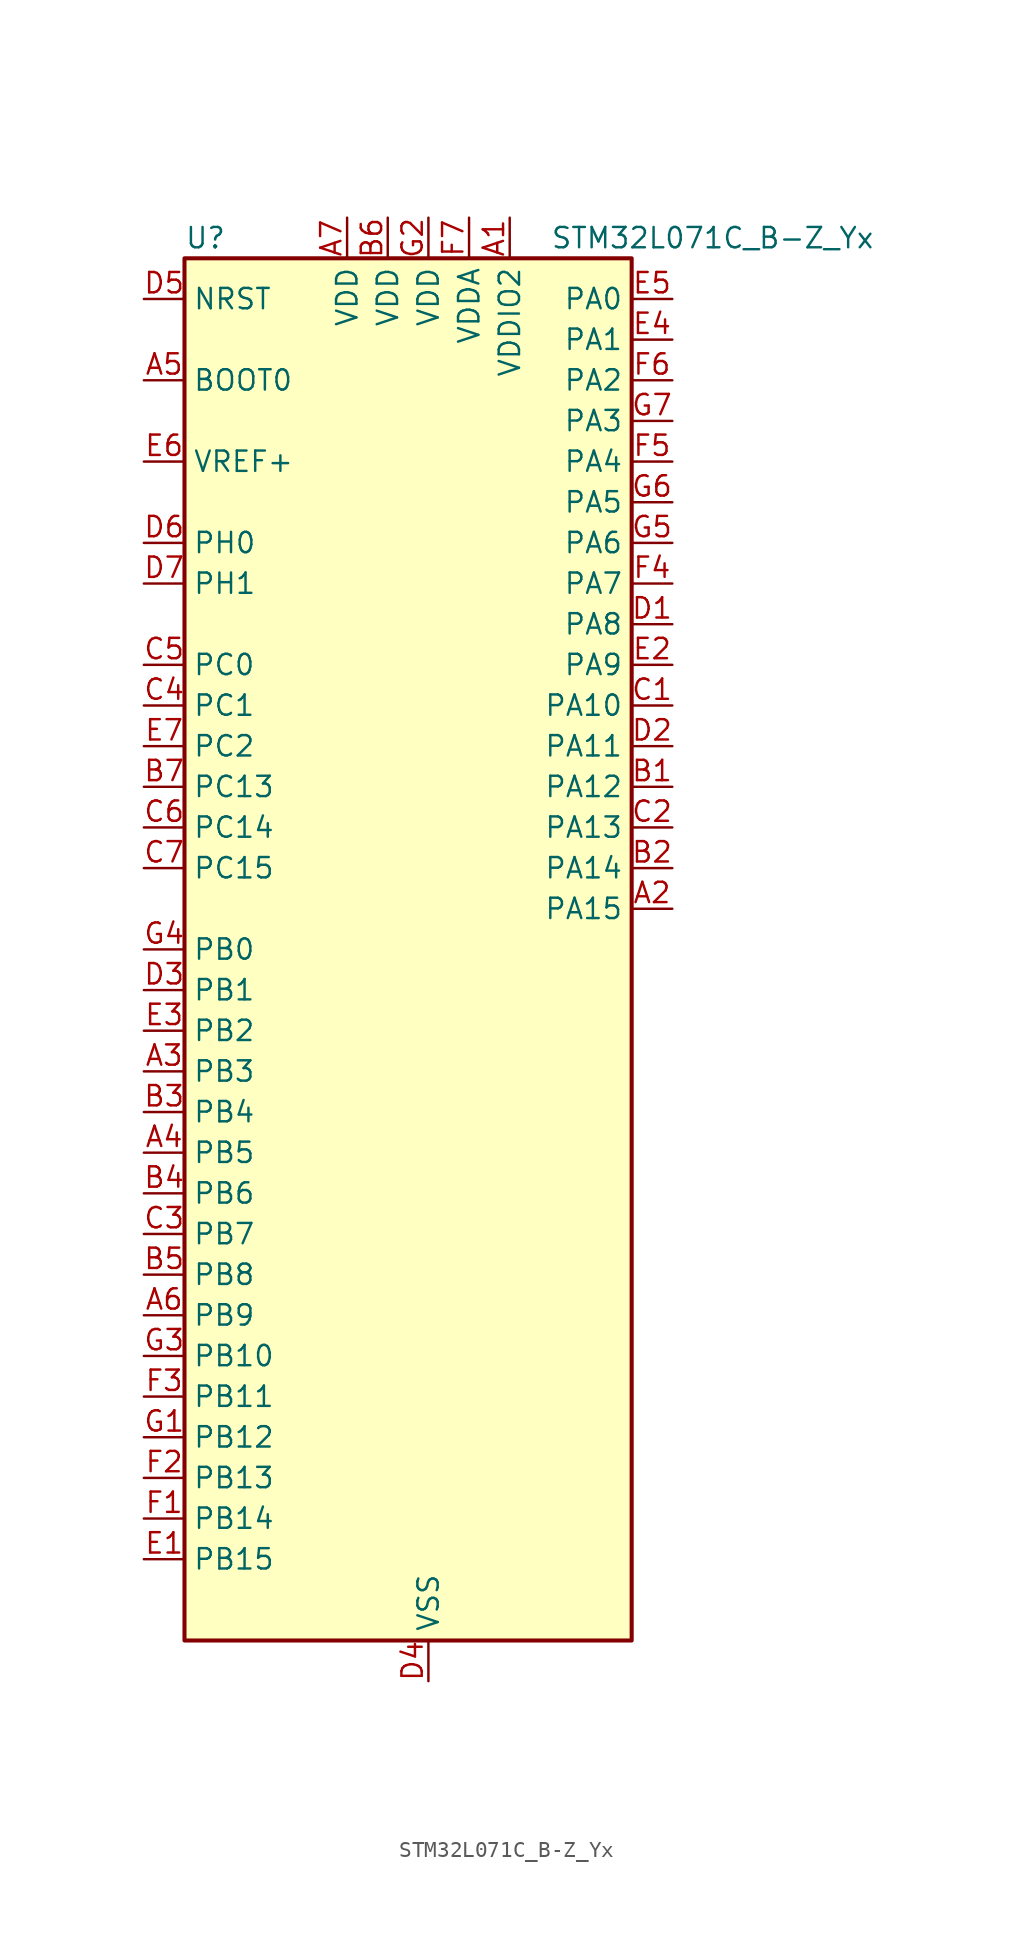
<source format=kicad_sym>
(kicad_symbol_lib
  (version 20220914)
  (generator kicad_symbol_editor)
  (symbol "STM32L071C_B-Z_Yx"
    (property "Reference" "U"
      (at -12.7 44.45 0)
      (effects (font (size 1.27 1.27)) (justify left)))
    (property "Value" "STM32L071C_B-Z_Yx"
      (at 10.16 44.45 0)
      (effects (font (size 1.27 1.27)) (justify left)))
    (property "ki_locked" ""
      (at 0 0 0)
      (effects (font (size 1.27 1.27))))
    (symbol "STM32L071C_B-Z_Yx_0_1"
      (rectangle (start -12.7 -43.18) (end 15.24 43.18) (stroke (width 0.254) (type default)) (fill (type background))))
    (symbol "STM32L071C_B-Z_Yx_1_1"
      (pin power_in line (at 7.62 45.72 270) (length 2.54) (name "VDDIO2" (effects (font (size 1.27 1.27)))) (number "A1" (effects (font (size 1.27 1.27)))))
      (pin bidirectional line (at 17.78 2.54 180) (length 2.54) (name "PA15" (effects (font (size 1.27 1.27)))) (number "A2" (effects (font (size 1.27 1.27)))) (alternate "SPI1_NSS" bidirectional line) (alternate "TIM2_CH1" bidirectional line) (alternate "TIM2_ETR" bidirectional line) (alternate "USART2_RX" bidirectional line) (alternate "USART4_DE" bidirectional line) (alternate "USART4_RTS" bidirectional line))
      (pin bidirectional line (at -15.24 -7.62 0) (length 2.54) (name "PB3" (effects (font (size 1.27 1.27)))) (number "A3" (effects (font (size 1.27 1.27)))) (alternate "COMP2_INM" bidirectional line) (alternate "SPI1_SCK" bidirectional line) (alternate "TIM2_CH2" bidirectional line) (alternate "USART1_DE" bidirectional line) (alternate "USART1_RTS" bidirectional line) (alternate "USART5_TX" bidirectional line))
      (pin bidirectional line (at -15.24 -12.7 0) (length 2.54) (name "PB5" (effects (font (size 1.27 1.27)))) (number "A4" (effects (font (size 1.27 1.27)))) (alternate "COMP2_INP" bidirectional line) (alternate "I2C1_SMBA" bidirectional line) (alternate "LPTIM1_IN1" bidirectional line) (alternate "SPI1_MOSI" bidirectional line) (alternate "TIM22_CH2" bidirectional line) (alternate "TIM3_CH2" bidirectional line) (alternate "USART1_CK" bidirectional line) (alternate "USART5_CK" bidirectional line) (alternate "USART5_DE" bidirectional line) (alternate "USART5_RTS" bidirectional line))
      (pin input line (at -15.24 35.56 0) (length 2.54) (name "BOOT0" (effects (font (size 1.27 1.27)))) (number "A5" (effects (font (size 1.27 1.27)))))
      (pin bidirectional line (at -15.24 -22.86 0) (length 2.54) (name "PB9" (effects (font (size 1.27 1.27)))) (number "A6" (effects (font (size 1.27 1.27)))) (alternate "I2C1_SDA" bidirectional line) (alternate "I2S2_WS" bidirectional line) (alternate "SPI2_NSS" bidirectional line))
      (pin power_in line (at -2.54 45.72 270) (length 2.54) (name "VDD" (effects (font (size 1.27 1.27)))) (number "A7" (effects (font (size 1.27 1.27)))))
      (pin bidirectional line (at 17.78 10.16 180) (length 2.54) (name "PA12" (effects (font (size 1.27 1.27)))) (number "B1" (effects (font (size 1.27 1.27)))) (alternate "COMP2_OUT" bidirectional line) (alternate "SPI1_MOSI" bidirectional line) (alternate "USART1_DE" bidirectional line) (alternate "USART1_RTS" bidirectional line))
      (pin bidirectional line (at 17.78 5.08 180) (length 2.54) (name "PA14" (effects (font (size 1.27 1.27)))) (number "B2" (effects (font (size 1.27 1.27)))) (alternate "LPUART1_TX" bidirectional line) (alternate "SYS_SWCLK" bidirectional line) (alternate "USART2_TX" bidirectional line))
      (pin bidirectional line (at -15.24 -10.16 0) (length 2.54) (name "PB4" (effects (font (size 1.27 1.27)))) (number "B3" (effects (font (size 1.27 1.27)))) (alternate "COMP2_INP" bidirectional line) (alternate "I2C3_SDA" bidirectional line) (alternate "SPI1_MISO" bidirectional line) (alternate "TIM22_CH1" bidirectional line) (alternate "TIM3_CH1" bidirectional line) (alternate "USART1_CTS" bidirectional line) (alternate "USART5_RX" bidirectional line))
      (pin bidirectional line (at -15.24 -15.24 0) (length 2.54) (name "PB6" (effects (font (size 1.27 1.27)))) (number "B4" (effects (font (size 1.27 1.27)))) (alternate "COMP2_INP" bidirectional line) (alternate "I2C1_SCL" bidirectional line) (alternate "LPTIM1_ETR" bidirectional line) (alternate "USART1_TX" bidirectional line))
      (pin bidirectional line (at -15.24 -20.32 0) (length 2.54) (name "PB8" (effects (font (size 1.27 1.27)))) (number "B5" (effects (font (size 1.27 1.27)))) (alternate "I2C1_SCL" bidirectional line))
      (pin power_in line (at 0 45.72 270) (length 2.54) (name "VDD" (effects (font (size 1.27 1.27)))) (number "B6" (effects (font (size 1.27 1.27)))))
      (pin bidirectional line (at -15.24 10.16 0) (length 2.54) (name "PC13" (effects (font (size 1.27 1.27)))) (number "B7" (effects (font (size 1.27 1.27)))) (alternate "RTC_OUT_ALARM" bidirectional line) (alternate "RTC_OUT_CALIB" bidirectional line) (alternate "RTC_TAMP1" bidirectional line) (alternate "RTC_TS" bidirectional line) (alternate "SYS_WKUP2" bidirectional line))
      (pin bidirectional line (at 17.78 15.24 180) (length 2.54) (name "PA10" (effects (font (size 1.27 1.27)))) (number "C1" (effects (font (size 1.27 1.27)))) (alternate "I2C1_SDA" bidirectional line) (alternate "USART1_RX" bidirectional line))
      (pin bidirectional line (at 17.78 7.62 180) (length 2.54) (name "PA13" (effects (font (size 1.27 1.27)))) (number "C2" (effects (font (size 1.27 1.27)))) (alternate "LPUART1_RX" bidirectional line) (alternate "SYS_SWDIO" bidirectional line))
      (pin bidirectional line (at -15.24 -17.78 0) (length 2.54) (name "PB7" (effects (font (size 1.27 1.27)))) (number "C3" (effects (font (size 1.27 1.27)))) (alternate "COMP2_INP" bidirectional line) (alternate "I2C1_SDA" bidirectional line) (alternate "LPTIM1_IN2" bidirectional line) (alternate "SYS_PVD_IN" bidirectional line) (alternate "USART1_RX" bidirectional line) (alternate "USART4_CTS" bidirectional line))
      (pin bidirectional line (at -15.24 15.24 0) (length 2.54) (name "PC1" (effects (font (size 1.27 1.27)))) (number "C4" (effects (font (size 1.27 1.27)))) (alternate "ADC_IN11" bidirectional line) (alternate "I2C3_SDA" bidirectional line) (alternate "LPTIM1_OUT" bidirectional line) (alternate "LPUART1_TX" bidirectional line))
      (pin bidirectional line (at -15.24 17.78 0) (length 2.54) (name "PC0" (effects (font (size 1.27 1.27)))) (number "C5" (effects (font (size 1.27 1.27)))) (alternate "ADC_IN10" bidirectional line) (alternate "I2C3_SCL" bidirectional line) (alternate "LPTIM1_IN1" bidirectional line) (alternate "LPUART1_RX" bidirectional line))
      (pin bidirectional line (at -15.24 7.62 0) (length 2.54) (name "PC14" (effects (font (size 1.27 1.27)))) (number "C6" (effects (font (size 1.27 1.27)))) (alternate "RCC_OSC32_IN" bidirectional line))
      (pin bidirectional line (at -15.24 5.08 0) (length 2.54) (name "PC15" (effects (font (size 1.27 1.27)))) (number "C7" (effects (font (size 1.27 1.27)))) (alternate "RCC_OSC32_OUT" bidirectional line))
      (pin bidirectional line (at 17.78 20.32 180) (length 2.54) (name "PA8" (effects (font (size 1.27 1.27)))) (number "D1" (effects (font (size 1.27 1.27)))) (alternate "I2C3_SCL" bidirectional line) (alternate "RCC_MCO" bidirectional line) (alternate "USART1_CK" bidirectional line))
      (pin bidirectional line (at 17.78 12.7 180) (length 2.54) (name "PA11" (effects (font (size 1.27 1.27)))) (number "D2" (effects (font (size 1.27 1.27)))) (alternate "ADC_EXTI11" bidirectional line) (alternate "COMP1_OUT" bidirectional line) (alternate "SPI1_MISO" bidirectional line) (alternate "USART1_CTS" bidirectional line))
      (pin bidirectional line (at -15.24 -2.54 0) (length 2.54) (name "PB1" (effects (font (size 1.27 1.27)))) (number "D3" (effects (font (size 1.27 1.27)))) (alternate "ADC_IN9" bidirectional line) (alternate "LPUART1_DE" bidirectional line) (alternate "LPUART1_RTS" bidirectional line) (alternate "SYS_VREF_OUT_PB1" bidirectional line) (alternate "TIM3_CH4" bidirectional line))
      (pin power_in line (at 2.54 -45.72 90) (length 2.54) (name "VSS" (effects (font (size 1.27 1.27)))) (number "D4" (effects (font (size 1.27 1.27)))))
      (pin input line (at -15.24 40.64 0) (length 2.54) (name "NRST" (effects (font (size 1.27 1.27)))) (number "D5" (effects (font (size 1.27 1.27)))))
      (pin bidirectional line (at -15.24 25.4 0) (length 2.54) (name "PH0" (effects (font (size 1.27 1.27)))) (number "D6" (effects (font (size 1.27 1.27)))) (alternate "RCC_OSC_IN" bidirectional line))
      (pin bidirectional line (at -15.24 22.86 0) (length 2.54) (name "PH1" (effects (font (size 1.27 1.27)))) (number "D7" (effects (font (size 1.27 1.27)))) (alternate "RCC_OSC_OUT" bidirectional line))
      (pin bidirectional line (at -15.24 -38.1 0) (length 2.54) (name "PB15" (effects (font (size 1.27 1.27)))) (number "E1" (effects (font (size 1.27 1.27)))) (alternate "I2S2_SD" bidirectional line) (alternate "RTC_REFIN" bidirectional line) (alternate "SPI2_MOSI" bidirectional line))
      (pin bidirectional line (at 17.78 17.78 180) (length 2.54) (name "PA9" (effects (font (size 1.27 1.27)))) (number "E2" (effects (font (size 1.27 1.27)))) (alternate "I2C1_SCL" bidirectional line) (alternate "I2C3_SMBA" bidirectional line) (alternate "RCC_MCO" bidirectional line) (alternate "USART1_TX" bidirectional line))
      (pin bidirectional line (at -15.24 -5.08 0) (length 2.54) (name "PB2" (effects (font (size 1.27 1.27)))) (number "E3" (effects (font (size 1.27 1.27)))) (alternate "I2C3_SMBA" bidirectional line) (alternate "LPTIM1_OUT" bidirectional line))
      (pin bidirectional line (at 17.78 38.1 180) (length 2.54) (name "PA1" (effects (font (size 1.27 1.27)))) (number "E4" (effects (font (size 1.27 1.27)))) (alternate "ADC_IN1" bidirectional line) (alternate "COMP1_INP" bidirectional line) (alternate "TIM21_ETR" bidirectional line) (alternate "TIM2_CH2" bidirectional line) (alternate "USART2_DE" bidirectional line) (alternate "USART2_RTS" bidirectional line) (alternate "USART4_RX" bidirectional line))
      (pin bidirectional line (at 17.78 40.64 180) (length 2.54) (name "PA0" (effects (font (size 1.27 1.27)))) (number "E5" (effects (font (size 1.27 1.27)))) (alternate "ADC_IN0" bidirectional line) (alternate "COMP1_INM" bidirectional line) (alternate "COMP1_OUT" bidirectional line) (alternate "RTC_TAMP2" bidirectional line) (alternate "SYS_WKUP1" bidirectional line) (alternate "TIM2_CH1" bidirectional line) (alternate "TIM2_ETR" bidirectional line) (alternate "USART2_CTS" bidirectional line) (alternate "USART4_TX" bidirectional line))
      (pin input line (at -15.24 30.48 0) (length 2.54) (name "VREF+" (effects (font (size 1.27 1.27)))) (number "E6" (effects (font (size 1.27 1.27)))))
      (pin bidirectional line (at -15.24 12.7 0) (length 2.54) (name "PC2" (effects (font (size 1.27 1.27)))) (number "E7" (effects (font (size 1.27 1.27)))) (alternate "ADC_IN12" bidirectional line) (alternate "I2S2_MCK" bidirectional line) (alternate "LPTIM1_IN2" bidirectional line) (alternate "SPI2_MISO" bidirectional line))
      (pin bidirectional line (at -15.24 -35.56 0) (length 2.54) (name "PB14" (effects (font (size 1.27 1.27)))) (number "F1" (effects (font (size 1.27 1.27)))) (alternate "I2C2_SDA" bidirectional line) (alternate "I2S2_MCK" bidirectional line) (alternate "LPUART1_DE" bidirectional line) (alternate "LPUART1_RTS" bidirectional line) (alternate "RTC_OUT_ALARM" bidirectional line) (alternate "RTC_OUT_CALIB" bidirectional line) (alternate "SPI2_MISO" bidirectional line) (alternate "TIM21_CH2" bidirectional line))
      (pin bidirectional line (at -15.24 -33.02 0) (length 2.54) (name "PB13" (effects (font (size 1.27 1.27)))) (number "F2" (effects (font (size 1.27 1.27)))) (alternate "I2C2_SCL" bidirectional line) (alternate "I2S2_CK" bidirectional line) (alternate "LPUART1_CTS" bidirectional line) (alternate "RCC_MCO" bidirectional line) (alternate "SPI2_SCK" bidirectional line) (alternate "TIM21_CH1" bidirectional line))
      (pin bidirectional line (at -15.24 -27.94 0) (length 2.54) (name "PB11" (effects (font (size 1.27 1.27)))) (number "F3" (effects (font (size 1.27 1.27)))) (alternate "ADC_EXTI11" bidirectional line) (alternate "I2C2_SDA" bidirectional line) (alternate "LPUART1_RX" bidirectional line) (alternate "LPUART1_TX" bidirectional line) (alternate "TIM2_CH4" bidirectional line))
      (pin bidirectional line (at 17.78 22.86 180) (length 2.54) (name "PA7" (effects (font (size 1.27 1.27)))) (number "F4" (effects (font (size 1.27 1.27)))) (alternate "ADC_IN7" bidirectional line) (alternate "COMP2_OUT" bidirectional line) (alternate "SPI1_MOSI" bidirectional line) (alternate "TIM22_CH2" bidirectional line) (alternate "TIM3_CH2" bidirectional line))
      (pin bidirectional line (at 17.78 30.48 180) (length 2.54) (name "PA4" (effects (font (size 1.27 1.27)))) (number "F5" (effects (font (size 1.27 1.27)))) (alternate "ADC_IN4" bidirectional line) (alternate "COMP1_INM" bidirectional line) (alternate "COMP2_INM" bidirectional line) (alternate "SPI1_NSS" bidirectional line) (alternate "TIM22_ETR" bidirectional line) (alternate "USART2_CK" bidirectional line))
      (pin bidirectional line (at 17.78 35.56 180) (length 2.54) (name "PA2" (effects (font (size 1.27 1.27)))) (number "F6" (effects (font (size 1.27 1.27)))) (alternate "ADC_IN2" bidirectional line) (alternate "COMP2_INM" bidirectional line) (alternate "COMP2_OUT" bidirectional line) (alternate "LPUART1_TX" bidirectional line) (alternate "TIM21_CH1" bidirectional line) (alternate "TIM2_CH3" bidirectional line) (alternate "USART2_TX" bidirectional line))
      (pin power_in line (at 5.08 45.72 270) (length 2.54) (name "VDDA" (effects (font (size 1.27 1.27)))) (number "F7" (effects (font (size 1.27 1.27)))))
      (pin bidirectional line (at -15.24 -30.48 0) (length 2.54) (name "PB12" (effects (font (size 1.27 1.27)))) (number "G1" (effects (font (size 1.27 1.27)))) (alternate "I2S2_WS" bidirectional line) (alternate "LPUART1_DE" bidirectional line) (alternate "LPUART1_RTS" bidirectional line) (alternate "SPI2_NSS" bidirectional line))
      (pin power_in line (at 2.54 45.72 270) (length 2.54) (name "VDD" (effects (font (size 1.27 1.27)))) (number "G2" (effects (font (size 1.27 1.27)))))
      (pin bidirectional line (at -15.24 -25.4 0) (length 2.54) (name "PB10" (effects (font (size 1.27 1.27)))) (number "G3" (effects (font (size 1.27 1.27)))) (alternate "I2C2_SCL" bidirectional line) (alternate "LPUART1_RX" bidirectional line) (alternate "LPUART1_TX" bidirectional line) (alternate "SPI2_SCK" bidirectional line) (alternate "TIM2_CH3" bidirectional line))
      (pin bidirectional line (at -15.24 0 0) (length 2.54) (name "PB0" (effects (font (size 1.27 1.27)))) (number "G4" (effects (font (size 1.27 1.27)))) (alternate "ADC_IN8" bidirectional line) (alternate "SYS_VREF_OUT_PB0" bidirectional line) (alternate "TIM3_CH3" bidirectional line))
      (pin bidirectional line (at 17.78 25.4 180) (length 2.54) (name "PA6" (effects (font (size 1.27 1.27)))) (number "G5" (effects (font (size 1.27 1.27)))) (alternate "ADC_IN6" bidirectional line) (alternate "COMP1_OUT" bidirectional line) (alternate "LPUART1_CTS" bidirectional line) (alternate "SPI1_MISO" bidirectional line) (alternate "TIM22_CH1" bidirectional line) (alternate "TIM3_CH1" bidirectional line))
      (pin bidirectional line (at 17.78 27.94 180) (length 2.54) (name "PA5" (effects (font (size 1.27 1.27)))) (number "G6" (effects (font (size 1.27 1.27)))) (alternate "ADC_IN5" bidirectional line) (alternate "COMP1_INM" bidirectional line) (alternate "COMP2_INM" bidirectional line) (alternate "SPI1_SCK" bidirectional line) (alternate "TIM2_CH1" bidirectional line) (alternate "TIM2_ETR" bidirectional line))
      (pin bidirectional line (at 17.78 33.02 180) (length 2.54) (name "PA3" (effects (font (size 1.27 1.27)))) (number "G7" (effects (font (size 1.27 1.27)))) (alternate "ADC_IN3" bidirectional line) (alternate "COMP2_INP" bidirectional line) (alternate "LPUART1_RX" bidirectional line) (alternate "TIM21_CH2" bidirectional line) (alternate "TIM2_CH4" bidirectional line) (alternate "USART2_RX" bidirectional line)))))
</source>
